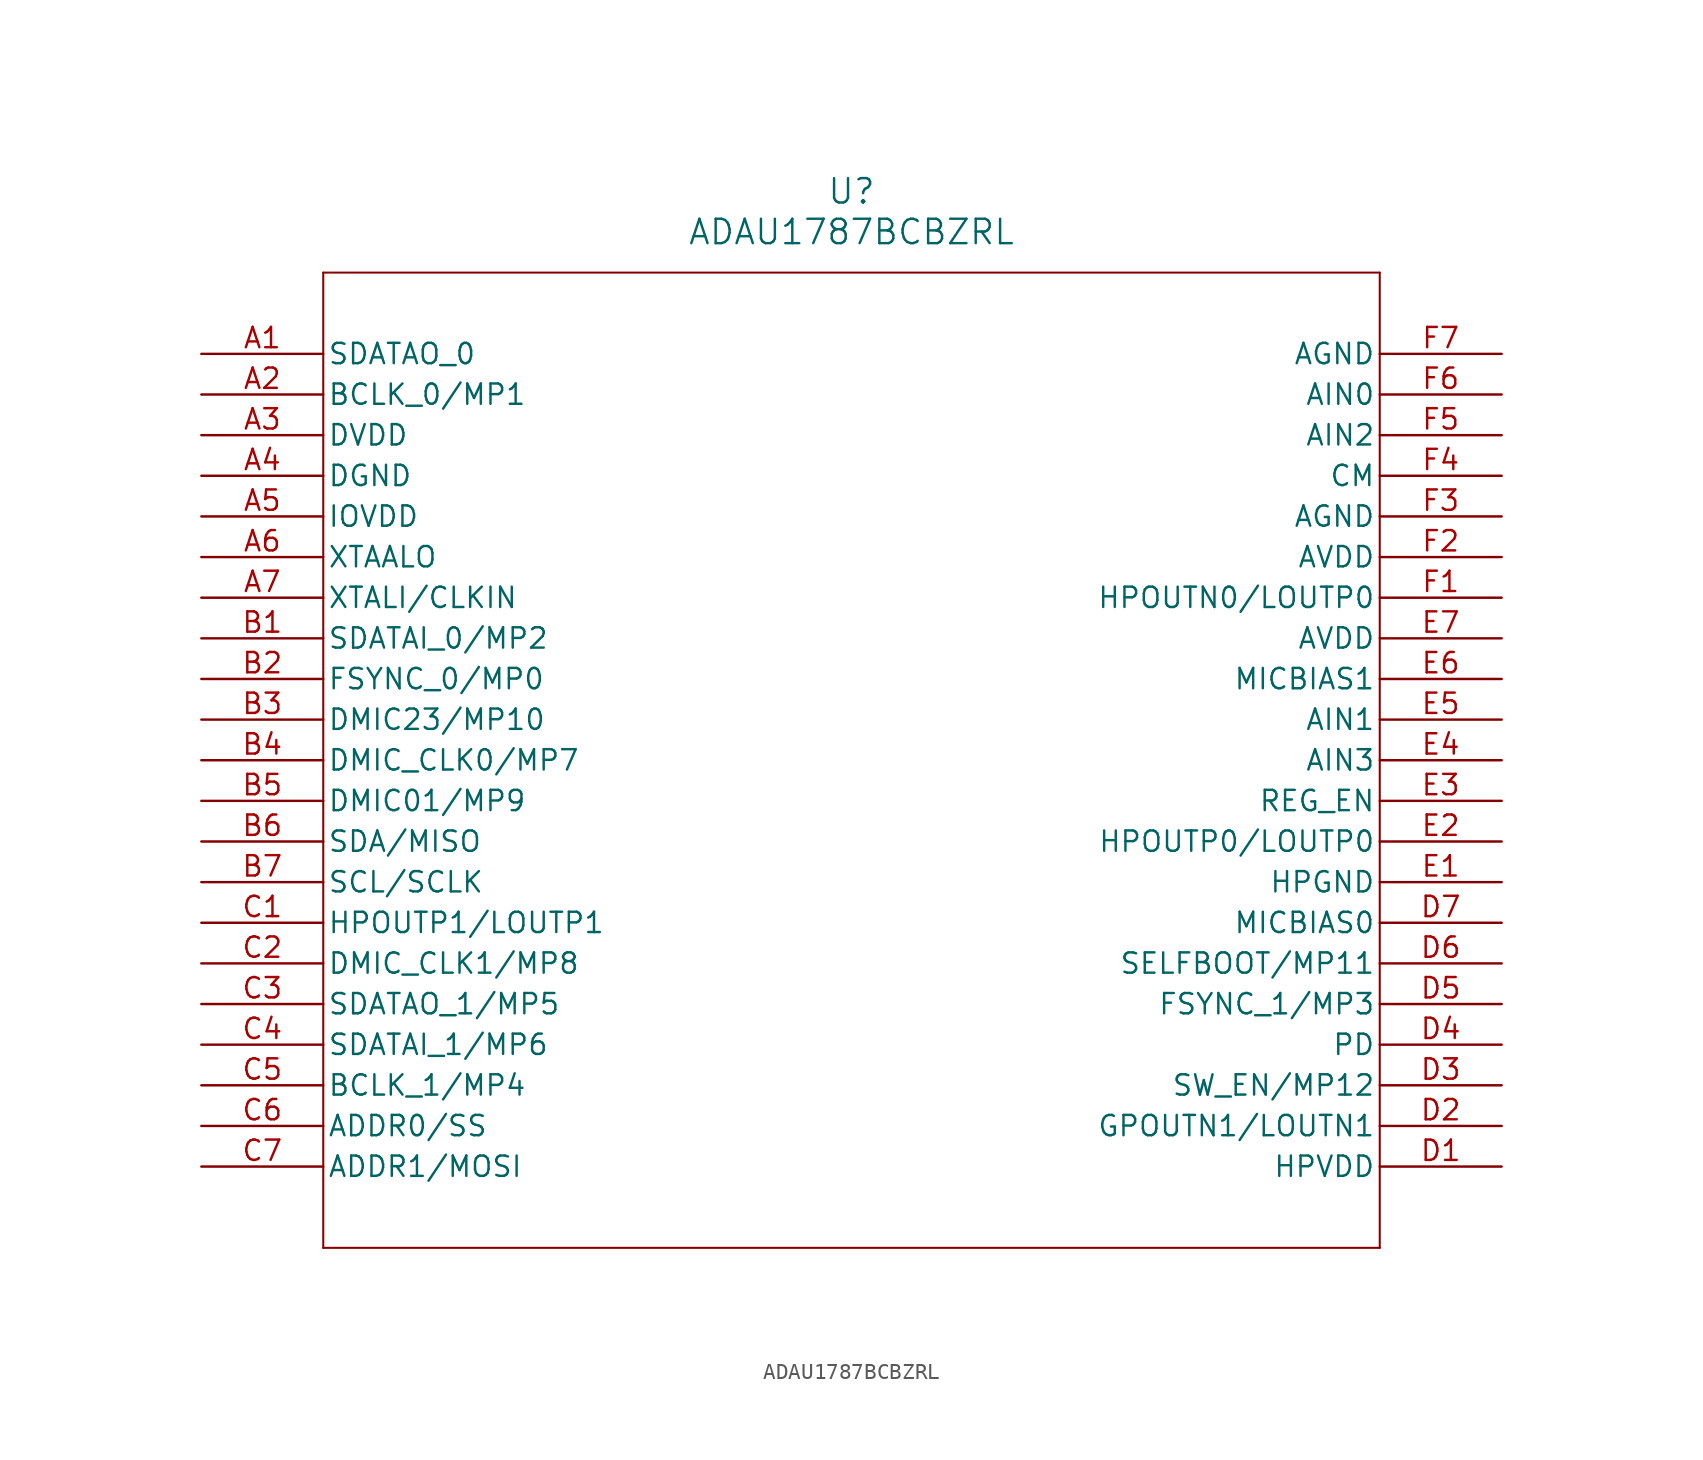
<source format=kicad_sym>
(kicad_symbol_lib
  (version 20211014)
  (generator kicad_symbol_editor)
  (symbol "ADAU1787BCBZRL"
    (pin_names
      (offset 0.254))
    (property "Reference" "U"
      (at 40.64 10.16 0)
      (effects (font (size 1.524 1.524))))
    (property "Value" "ADAU1787BCBZRL"
      (at 40.64 7.62 0)
      (effects (font (size 1.524 1.524))))
    (symbol "ADAU1787BCBZRL_0_1"
      (polyline (pts (xy 7.62 5.08) (xy 7.62 -55.88)) (stroke (width 0.127) (type default) (color 0 0 0 0)) (fill (type none)))
      (polyline (pts (xy 7.62 -55.88) (xy 73.66 -55.88)) (stroke (width 0.127) (type default) (color 0 0 0 0)) (fill (type none)))
      (polyline (pts (xy 73.66 -55.88) (xy 73.66 5.08)) (stroke (width 0.127) (type default) (color 0 0 0 0)) (fill (type none)))
      (polyline (pts (xy 73.66 5.08) (xy 7.62 5.08)) (stroke (width 0.127) (type default) (color 0 0 0 0)) (fill (type none)))
      (pin bidirectional line (at 0 0 0) (length 7.62) (name "SDATAO_0" (effects (font (size 1.27 1.27)))) (number "A1" (effects (font (size 1.27 1.27)))))
      (pin bidirectional line (at 0 -2.54 0) (length 7.62) (name "BCLK_0/MP1" (effects (font (size 1.27 1.27)))) (number "A2" (effects (font (size 1.27 1.27)))))
      (pin power_in line (at 0 -5.08 0) (length 7.62) (name "DVDD" (effects (font (size 1.27 1.27)))) (number "A3" (effects (font (size 1.27 1.27)))))
      (pin power_out line (at 0 -7.62 0) (length 7.62) (name "DGND" (effects (font (size 1.27 1.27)))) (number "A4" (effects (font (size 1.27 1.27)))))
      (pin power_in line (at 0 -10.16 0) (length 7.62) (name "IOVDD" (effects (font (size 1.27 1.27)))) (number "A5" (effects (font (size 1.27 1.27)))))
      (pin output line (at 0 -12.7 0) (length 7.62) (name "XTAALO" (effects (font (size 1.27 1.27)))) (number "A6" (effects (font (size 1.27 1.27)))))
      (pin input line (at 0 -15.24 0) (length 7.62) (name "XTALI/CLKIN" (effects (font (size 1.27 1.27)))) (number "A7" (effects (font (size 1.27 1.27)))))
      (pin bidirectional line (at 0 -17.78 0) (length 7.62) (name "SDATAI_0/MP2" (effects (font (size 1.27 1.27)))) (number "B1" (effects (font (size 1.27 1.27)))))
      (pin bidirectional line (at 0 -20.32 0) (length 7.62) (name "FSYNC_0/MP0" (effects (font (size 1.27 1.27)))) (number "B2" (effects (font (size 1.27 1.27)))))
      (pin bidirectional line (at 0 -22.86 0) (length 7.62) (name "DMIC23/MP10" (effects (font (size 1.27 1.27)))) (number "B3" (effects (font (size 1.27 1.27)))))
      (pin bidirectional line (at 0 -25.4 0) (length 7.62) (name "DMIC_CLK0/MP7" (effects (font (size 1.27 1.27)))) (number "B4" (effects (font (size 1.27 1.27)))))
      (pin bidirectional line (at 0 -27.94 0) (length 7.62) (name "DMIC01/MP9" (effects (font (size 1.27 1.27)))) (number "B5" (effects (font (size 1.27 1.27)))))
      (pin bidirectional line (at 0 -30.48 0) (length 7.62) (name "SDA/MISO" (effects (font (size 1.27 1.27)))) (number "B6" (effects (font (size 1.27 1.27)))))
      (pin input line (at 0 -33.02 0) (length 7.62) (name "SCL/SCLK" (effects (font (size 1.27 1.27)))) (number "B7" (effects (font (size 1.27 1.27)))))
      (pin output line (at 0 -35.56 0) (length 7.62) (name "HPOUTP1/LOUTP1" (effects (font (size 1.27 1.27)))) (number "C1" (effects (font (size 1.27 1.27)))))
      (pin bidirectional line (at 0 -38.1 0) (length 7.62) (name "DMIC_CLK1/MP8" (effects (font (size 1.27 1.27)))) (number "C2" (effects (font (size 1.27 1.27)))))
      (pin bidirectional line (at 0 -40.64 0) (length 7.62) (name "SDATAO_1/MP5" (effects (font (size 1.27 1.27)))) (number "C3" (effects (font (size 1.27 1.27)))))
      (pin bidirectional line (at 0 -43.18 0) (length 7.62) (name "SDATAI_1/MP6" (effects (font (size 1.27 1.27)))) (number "C4" (effects (font (size 1.27 1.27)))))
      (pin bidirectional line (at 0 -45.72 0) (length 7.62) (name "BCLK_1/MP4" (effects (font (size 1.27 1.27)))) (number "C5" (effects (font (size 1.27 1.27)))))
      (pin input line (at 0 -48.26 0) (length 7.62) (name "ADDR0/SS" (effects (font (size 1.27 1.27)))) (number "C6" (effects (font (size 1.27 1.27)))))
      (pin input line (at 0 -50.8 0) (length 7.62) (name "ADDR1/MOSI" (effects (font (size 1.27 1.27)))) (number "C7" (effects (font (size 1.27 1.27)))))
      (pin power_in line (at 81.28 -50.8 180) (length 7.62) (name "HPVDD" (effects (font (size 1.27 1.27)))) (number "D1" (effects (font (size 1.27 1.27)))))
      (pin output line (at 81.28 -48.26 180) (length 7.62) (name "GPOUTN1/LOUTN1" (effects (font (size 1.27 1.27)))) (number "D2" (effects (font (size 1.27 1.27)))))
      (pin input line (at 81.28 -45.72 180) (length 7.62) (name "SW_EN/MP12" (effects (font (size 1.27 1.27)))) (number "D3" (effects (font (size 1.27 1.27)))))
      (pin input line (at 81.28 -43.18 180) (length 7.62) (name "PD" (effects (font (size 1.27 1.27)))) (number "D4" (effects (font (size 1.27 1.27)))))
      (pin bidirectional line (at 81.28 -40.64 180) (length 7.62) (name "FSYNC_1/MP3" (effects (font (size 1.27 1.27)))) (number "D5" (effects (font (size 1.27 1.27)))))
      (pin input line (at 81.28 -38.1 180) (length 7.62) (name "SELFBOOT/MP11" (effects (font (size 1.27 1.27)))) (number "D6" (effects (font (size 1.27 1.27)))))
      (pin output line (at 81.28 -35.56 180) (length 7.62) (name "MICBIAS0" (effects (font (size 1.27 1.27)))) (number "D7" (effects (font (size 1.27 1.27)))))
      (pin power_out line (at 81.28 -33.02 180) (length 7.62) (name "HPGND" (effects (font (size 1.27 1.27)))) (number "E1" (effects (font (size 1.27 1.27)))))
      (pin output line (at 81.28 -30.48 180) (length 7.62) (name "HPOUTP0/LOUTP0" (effects (font (size 1.27 1.27)))) (number "E2" (effects (font (size 1.27 1.27)))))
      (pin input line (at 81.28 -27.94 180) (length 7.62) (name "REG_EN" (effects (font (size 1.27 1.27)))) (number "E3" (effects (font (size 1.27 1.27)))))
      (pin input line (at 81.28 -25.4 180) (length 7.62) (name "AIN3" (effects (font (size 1.27 1.27)))) (number "E4" (effects (font (size 1.27 1.27)))))
      (pin input line (at 81.28 -22.86 180) (length 7.62) (name "AIN1" (effects (font (size 1.27 1.27)))) (number "E5" (effects (font (size 1.27 1.27)))))
      (pin output line (at 81.28 -20.32 180) (length 7.62) (name "MICBIAS1" (effects (font (size 1.27 1.27)))) (number "E6" (effects (font (size 1.27 1.27)))))
      (pin power_in line (at 81.28 -17.78 180) (length 7.62) (name "AVDD" (effects (font (size 1.27 1.27)))) (number "E7" (effects (font (size 1.27 1.27)))))
      (pin output line (at 81.28 -15.24 180) (length 7.62) (name "HPOUTN0/LOUTP0" (effects (font (size 1.27 1.27)))) (number "F1" (effects (font (size 1.27 1.27)))))
      (pin power_in line (at 81.28 -12.7 180) (length 7.62) (name "AVDD" (effects (font (size 1.27 1.27)))) (number "F2" (effects (font (size 1.27 1.27)))))
      (pin power_out line (at 81.28 -10.16 180) (length 7.62) (name "AGND" (effects (font (size 1.27 1.27)))) (number "F3" (effects (font (size 1.27 1.27)))))
      (pin output line (at 81.28 -7.62 180) (length 7.62) (name "CM" (effects (font (size 1.27 1.27)))) (number "F4" (effects (font (size 1.27 1.27)))))
      (pin input line (at 81.28 -5.08 180) (length 7.62) (name "AIN2" (effects (font (size 1.27 1.27)))) (number "F5" (effects (font (size 1.27 1.27)))))
      (pin input line (at 81.28 -2.54 180) (length 7.62) (name "AIN0" (effects (font (size 1.27 1.27)))) (number "F6" (effects (font (size 1.27 1.27)))))
      (pin power_out line (at 81.28 0 180) (length 7.62) (name "AGND" (effects (font (size 1.27 1.27)))) (number "F7" (effects (font (size 1.27 1.27))))))))
</source>
